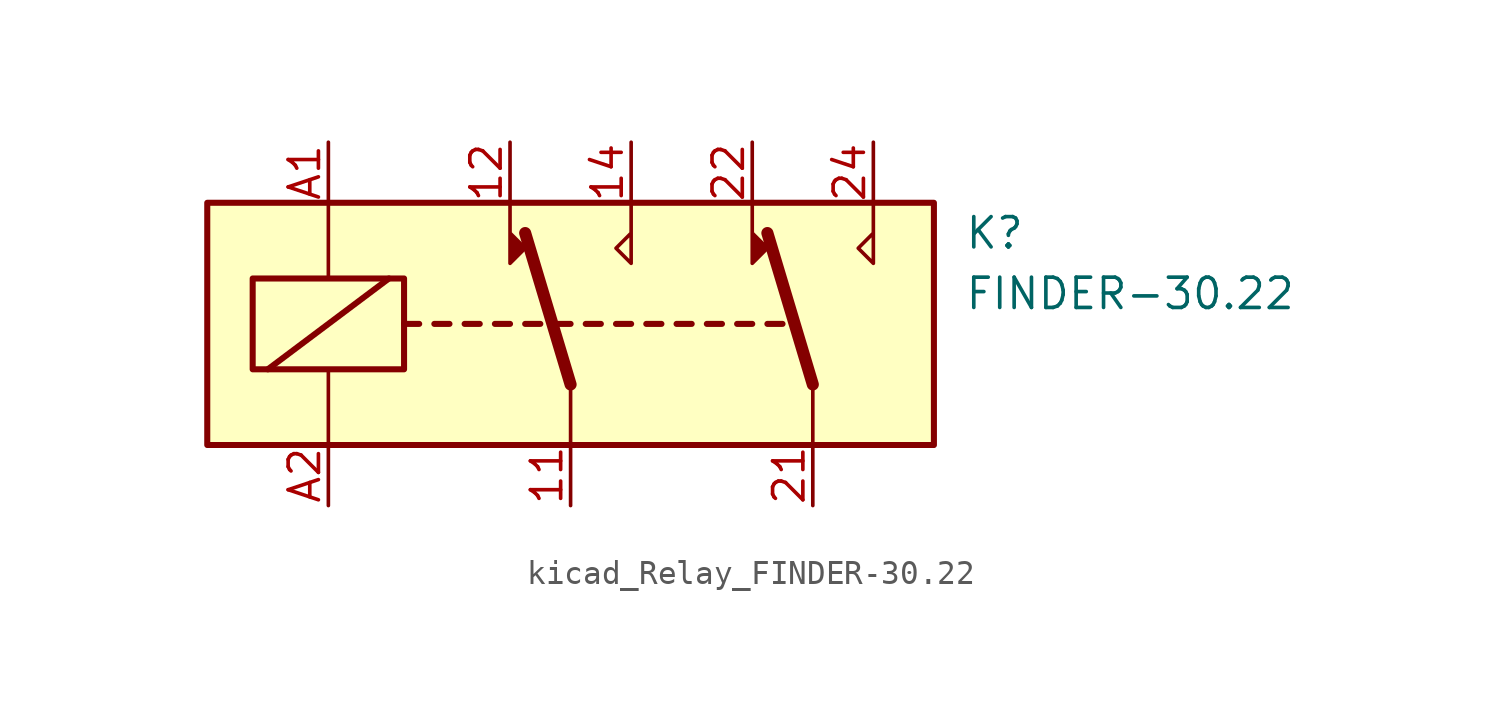
<source format=kicad_sym>
(kicad_symbol_lib
  (version 20220914)
  (generator kicad_symbol_editor)
  (symbol "kicad_Relay_FINDER-30.22"
    (property "Reference" "K"
      (at 16.51 3.81 0)
      (effects (font (size 1.27 1.27)) (justify left)))
    (property "Value" "FINDER-30.22"
      (at 16.51 1.27 0)
      (effects (font (size 1.27 1.27)) (justify left)))
    (symbol "kicad_Relay_FINDER-30.22_0_0"
      (polyline (pts (xy -2.54 5.08) (xy -2.54 2.54) (xy -1.905 3.175) (xy -2.54 3.81)) (stroke (width 0) (type default)) (fill (type outline)))
      (polyline (pts (xy 2.54 5.08) (xy 2.54 2.54) (xy 1.905 3.175) (xy 2.54 3.81)) (stroke (width 0) (type default)) (fill (type none)))
      (polyline (pts (xy 7.62 5.08) (xy 7.62 2.54) (xy 8.255 3.175) (xy 7.62 3.81)) (stroke (width 0) (type default)) (fill (type outline)))
      (polyline (pts (xy 12.7 5.08) (xy 12.7 2.54) (xy 12.065 3.175) (xy 12.7 3.81)) (stroke (width 0) (type default)) (fill (type none))))
    (symbol "kicad_Relay_FINDER-30.22_0_1"
      (rectangle (start -15.24 5.08) (end 15.24 -5.08) (stroke (width 0.254) (type default)) (fill (type background)))
      (rectangle (start -13.335 1.905) (end -6.985 -1.905) (stroke (width 0.254) (type default)) (fill (type none)))
      (polyline (pts (xy -12.7 -1.905) (xy -7.62 1.905)) (stroke (width 0.254) (type default)) (fill (type none)))
      (polyline (pts (xy -10.16 -5.08) (xy -10.16 -1.905)) (stroke (width 0) (type default)) (fill (type none)))
      (polyline (pts (xy -10.16 5.08) (xy -10.16 1.905)) (stroke (width 0) (type default)) (fill (type none)))
      (polyline (pts (xy -6.985 0) (xy -6.35 0)) (stroke (width 0.254) (type default)) (fill (type none)))
      (polyline (pts (xy -5.715 0) (xy -5.08 0)) (stroke (width 0.254) (type default)) (fill (type none)))
      (polyline (pts (xy -4.445 0) (xy -3.81 0)) (stroke (width 0.254) (type default)) (fill (type none)))
      (polyline (pts (xy -3.175 0) (xy -2.54 0)) (stroke (width 0.254) (type default)) (fill (type none)))
      (polyline (pts (xy -1.905 0) (xy -1.27 0)) (stroke (width 0.254) (type default)) (fill (type none)))
      (polyline (pts (xy -0.635 0) (xy 0 0)) (stroke (width 0.254) (type default)) (fill (type none)))
      (polyline (pts (xy 0 -2.54) (xy -1.905 3.81)) (stroke (width 0.508) (type default)) (fill (type none)))
      (polyline (pts (xy 0 -2.54) (xy 0 -5.08)) (stroke (width 0) (type default)) (fill (type none)))
      (polyline (pts (xy 0.635 0) (xy 1.27 0)) (stroke (width 0.254) (type default)) (fill (type none)))
      (polyline (pts (xy 1.905 0) (xy 2.54 0)) (stroke (width 0.254) (type default)) (fill (type none)))
      (polyline (pts (xy 3.175 0) (xy 3.81 0)) (stroke (width 0.254) (type default)) (fill (type none)))
      (polyline (pts (xy 4.445 0) (xy 5.08 0)) (stroke (width 0.254) (type default)) (fill (type none)))
      (polyline (pts (xy 5.715 0) (xy 6.35 0)) (stroke (width 0.254) (type default)) (fill (type none)))
      (polyline (pts (xy 6.985 0) (xy 7.62 0)) (stroke (width 0.254) (type default)) (fill (type none)))
      (polyline (pts (xy 8.255 0) (xy 8.89 0)) (stroke (width 0.254) (type default)) (fill (type none)))
      (polyline (pts (xy 10.16 -2.54) (xy 8.255 3.81)) (stroke (width 0.508) (type default)) (fill (type none)))
      (polyline (pts (xy 10.16 -2.54) (xy 10.16 -5.08)) (stroke (width 0) (type default)) (fill (type none))))
    (symbol "kicad_Relay_FINDER-30.22_1_1"
      (pin passive line (at 0 -7.62 90) (length 2.54) (name "~" (effects (font (size 1.27 1.27)))) (number "11" (effects (font (size 1.27 1.27)))))
      (pin passive line (at -2.54 7.62 270) (length 2.54) (name "~" (effects (font (size 1.27 1.27)))) (number "12" (effects (font (size 1.27 1.27)))))
      (pin passive line (at 2.54 7.62 270) (length 2.54) (name "~" (effects (font (size 1.27 1.27)))) (number "14" (effects (font (size 1.27 1.27)))))
      (pin passive line (at 10.16 -7.62 90) (length 2.54) (name "~" (effects (font (size 1.27 1.27)))) (number "21" (effects (font (size 1.27 1.27)))))
      (pin passive line (at 7.62 7.62 270) (length 2.54) (name "~" (effects (font (size 1.27 1.27)))) (number "22" (effects (font (size 1.27 1.27)))))
      (pin passive line (at 12.7 7.62 270) (length 2.54) (name "~" (effects (font (size 1.27 1.27)))) (number "24" (effects (font (size 1.27 1.27)))))
      (pin passive line (at -10.16 7.62 270) (length 2.54) (name "~" (effects (font (size 1.27 1.27)))) (number "A1" (effects (font (size 1.27 1.27)))))
      (pin passive line (at -10.16 -7.62 90) (length 2.54) (name "~" (effects (font (size 1.27 1.27)))) (number "A2" (effects (font (size 1.27 1.27))))))))
</source>
